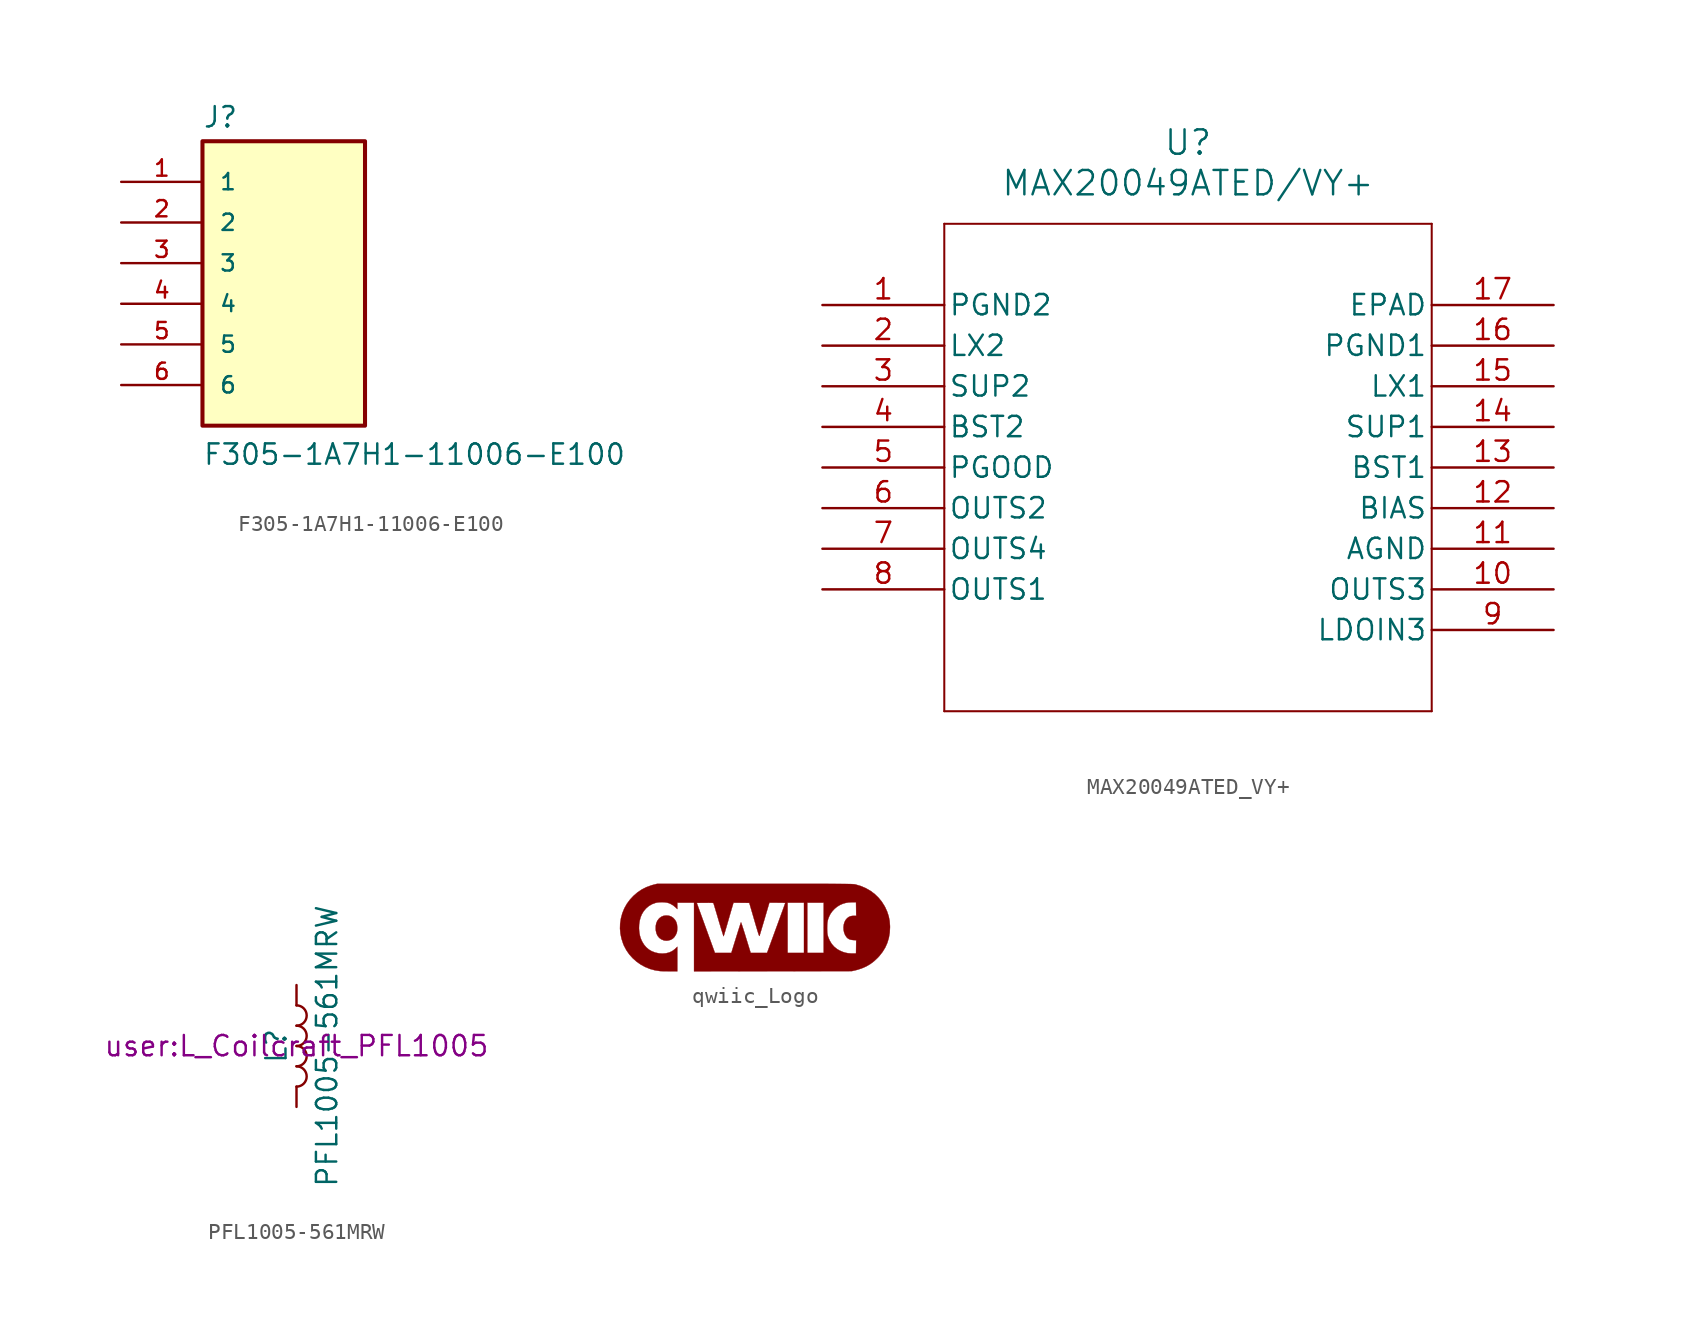
<source format=kicad_sym>
(kicad_symbol_lib
  (version 20231120)
  (generator "kicad_symbol_editor")
  (generator_version "8.0")
  (symbol "F305-1A7H1-11006-E100"
    (pin_names
      (offset 1.016))
    (property "Reference" "J"
      (at -5.08 8.382 0)
      (effects (font (size 1.27 1.27)) (justify left bottom)))
    (property "Value" "F305-1A7H1-11006-E100"
      (at -5.08 -12.7 0)
      (effects (font (size 1.27 1.27)) (justify left bottom)))
    (symbol "F305-1A7H1-11006-E100_0_0"
      (rectangle (start -5.08 -10.16) (end 5.08 7.62) (stroke (width 0.254) (type default)) (fill (type background)))
      (pin passive line (at -10.16 5.08 0) (length 5.08) (name "1" (effects (font (size 1.016 1.016)))) (number "1" (effects (font (size 1.016 1.016)))))
      (pin passive line (at -10.16 2.54 0) (length 5.08) (name "2" (effects (font (size 1.016 1.016)))) (number "2" (effects (font (size 1.016 1.016)))))
      (pin passive line (at -10.16 0 0) (length 5.08) (name "3" (effects (font (size 1.016 1.016)))) (number "3" (effects (font (size 1.016 1.016)))))
      (pin passive line (at -10.16 -2.54 0) (length 5.08) (name "4" (effects (font (size 1.016 1.016)))) (number "4" (effects (font (size 1.016 1.016)))))
      (pin passive line (at -10.16 -5.08 0) (length 5.08) (name "5" (effects (font (size 1.016 1.016)))) (number "5" (effects (font (size 1.016 1.016)))))
      (pin passive line (at -10.16 -7.62 0) (length 5.08) (name "6" (effects (font (size 1.016 1.016)))) (number "6" (effects (font (size 1.016 1.016)))))))
  (symbol "MAX20049ATED_VY+"
    (pin_names
      (offset 0.254))
    (property "Reference" "U"
      (at 22.86 10.16 0)
      (effects (font (size 1.524 1.524))))
    (property "Value" "MAX20049ATED/VY+"
      (at 22.86 7.62 0)
      (effects (font (size 1.524 1.524))))
    (symbol "MAX20049ATED_VY+_0_1"
      (polyline (pts (xy 7.62 -25.4) (xy 38.1 -25.4)) (stroke (width 0.127) (type default)) (fill (type none)))
      (polyline (pts (xy 7.62 5.08) (xy 7.62 -25.4)) (stroke (width 0.127) (type default)) (fill (type none)))
      (polyline (pts (xy 38.1 -25.4) (xy 38.1 5.08)) (stroke (width 0.127) (type default)) (fill (type none)))
      (polyline (pts (xy 38.1 5.08) (xy 7.62 5.08)) (stroke (width 0.127) (type default)) (fill (type none)))
      (pin power_in line (at 0 0 0) (length 7.62) (name "PGND2" (effects (font (size 1.27 1.27)))) (number "1" (effects (font (size 1.27 1.27)))))
      (pin output line (at 45.72 -17.78 180) (length 7.62) (name "OUTS3" (effects (font (size 1.27 1.27)))) (number "10" (effects (font (size 1.27 1.27)))))
      (pin power_in line (at 45.72 -15.24 180) (length 7.62) (name "AGND" (effects (font (size 1.27 1.27)))) (number "11" (effects (font (size 1.27 1.27)))))
      (pin output line (at 45.72 -12.7 180) (length 7.62) (name "BIAS" (effects (font (size 1.27 1.27)))) (number "12" (effects (font (size 1.27 1.27)))))
      (pin unspecified line (at 45.72 -10.16 180) (length 7.62) (name "BST1" (effects (font (size 1.27 1.27)))) (number "13" (effects (font (size 1.27 1.27)))))
      (pin input line (at 45.72 -7.62 180) (length 7.62) (name "SUP1" (effects (font (size 1.27 1.27)))) (number "14" (effects (font (size 1.27 1.27)))))
      (pin unspecified line (at 45.72 -5.08 180) (length 7.62) (name "LX1" (effects (font (size 1.27 1.27)))) (number "15" (effects (font (size 1.27 1.27)))))
      (pin power_in line (at 45.72 -2.54 180) (length 7.62) (name "PGND1" (effects (font (size 1.27 1.27)))) (number "16" (effects (font (size 1.27 1.27)))))
      (pin unspecified line (at 45.72 0 180) (length 7.62) (name "EPAD" (effects (font (size 1.27 1.27)))) (number "17" (effects (font (size 1.27 1.27)))))
      (pin unspecified line (at 0 -2.54 0) (length 7.62) (name "LX2" (effects (font (size 1.27 1.27)))) (number "2" (effects (font (size 1.27 1.27)))))
      (pin input line (at 0 -5.08 0) (length 7.62) (name "SUP2" (effects (font (size 1.27 1.27)))) (number "3" (effects (font (size 1.27 1.27)))))
      (pin unspecified line (at 0 -7.62 0) (length 7.62) (name "BST2" (effects (font (size 1.27 1.27)))) (number "4" (effects (font (size 1.27 1.27)))))
      (pin unspecified line (at 0 -10.16 0) (length 7.62) (name "PGOOD" (effects (font (size 1.27 1.27)))) (number "5" (effects (font (size 1.27 1.27)))))
      (pin output line (at 0 -12.7 0) (length 7.62) (name "OUTS2" (effects (font (size 1.27 1.27)))) (number "6" (effects (font (size 1.27 1.27)))))
      (pin output line (at 0 -15.24 0) (length 7.62) (name "OUTS4" (effects (font (size 1.27 1.27)))) (number "7" (effects (font (size 1.27 1.27)))))
      (pin output line (at 0 -17.78 0) (length 7.62) (name "OUTS1" (effects (font (size 1.27 1.27)))) (number "8" (effects (font (size 1.27 1.27)))))
      (pin input line (at 45.72 -20.32 180) (length 7.62) (name "LDOIN3" (effects (font (size 1.27 1.27)))) (number "9" (effects (font (size 1.27 1.27)))))))
  (symbol "PFL1005-561MRW"
    (pin_numbers hide)
    (pin_names
      (offset 1.016) hide)
    (property "Reference" "L"
      (at -1.27 0 90)
      (effects (font (size 1.27 1.27))))
    (property "Value" "PFL1005-561MRW"
      (at 1.905 0 90)
      (effects (font (size 1.27 1.27))))
    (property "Footprint" "user:L_Coilcraft_PFL1005"
      (at 0 0 0)
      (effects (font (size 1.27 1.27))))
    (symbol "PFL1005-561MRW_0_1"
      (arc (start 0 -2.54) (mid 0.6323 -1.905) (end 0 -1.27) (stroke (width 0) (type default)) (fill (type none)))
      (arc (start 0 -1.27) (mid 0.6323 -0.635) (end 0 0) (stroke (width 0) (type default)) (fill (type none)))
      (arc (start 0 0) (mid 0.6323 0.635) (end 0 1.27) (stroke (width 0) (type default)) (fill (type none)))
      (arc (start 0 1.27) (mid 0.6323 1.905) (end 0 2.54) (stroke (width 0) (type default)) (fill (type none))))
    (symbol "PFL1005-561MRW_1_1"
      (pin passive line (at 0 3.81 270) (length 1.27) (name "1" (effects (font (size 1.27 1.27)))) (number "1" (effects (font (size 1.27 1.27)))))
      (pin passive line (at 0 -3.81 90) (length 1.27) (name "2" (effects (font (size 1.27 1.27)))) (number "2" (effects (font (size 1.27 1.27)))))))
  (symbol "qwiic_Logo"
    (pin_names
      (offset 1.016))
    (property "Reference" "G"
      (at 0 3.81 0)
      (effects (font (size 1.27 1.27)) (hide yes)))
    (symbol "qwiic_Logo_0_0"
      (polyline (pts (xy -5.433 -0.845) (xy -5.281 -0.804) (xy -5.154 -0.733) (xy -5.049 -0.629) (xy -4.961 -0.489) (xy -4.939 -0.444) (xy -4.908 -0.373) (xy -4.889 -0.31) (xy -4.878 -0.236) (xy -4.871 -0.138) (xy -4.869 -0.027) (xy -4.886 0.154) (xy -4.931 0.309) (xy -5.006 0.443) (xy -5.112 0.56) (xy -5.143 0.586) (xy -5.261 0.662) (xy -5.391 0.705) (xy -5.544 0.719) (xy -5.577 0.718) (xy -5.726 0.699) (xy -5.854 0.648) (xy -5.971 0.565) (xy -6.024 0.512) (xy -6.119 0.384) (xy -6.181 0.236) (xy -6.214 0.065) (xy -6.217 -0.133) (xy -6.208 -0.23) (xy -6.167 -0.407) (xy -6.096 -0.557) (xy -5.996 -0.679) (xy -5.867 -0.772) (xy -5.71 -0.836) (xy -5.684 -0.842) (xy -5.596 -0.853) (xy -5.511 -0.854) (xy -5.433 -0.845)) (stroke (width 0.01) (type default)) (fill (type outline)))
      (polyline (pts (xy 1.114 -2.767) (xy 6.047 -2.761) (xy 6.246 -2.715) (xy 6.337 -2.693) (xy 6.651 -2.596) (xy 6.936 -2.474) (xy 7.199 -2.322) (xy 7.444 -2.138) (xy 7.676 -1.92) (xy 7.765 -1.824) (xy 7.973 -1.56) (xy 8.142 -1.284) (xy 8.272 -0.992) (xy 8.365 -0.685) (xy 8.421 -0.361) (xy 8.439 -0.02) (xy 8.438 0.066) (xy 8.415 0.375) (xy 8.358 0.668) (xy 8.266 0.951) (xy 8.138 1.234) (xy 8.097 1.31) (xy 7.918 1.593) (xy 7.708 1.847) (xy 7.471 2.073) (xy 7.207 2.268) (xy 6.919 2.432) (xy 6.607 2.564) (xy 6.273 2.662) (xy 6.259 2.665) (xy 6.24 2.668) (xy 6.219 2.672) (xy 6.193 2.675) (xy 6.162 2.678) (xy 6.123 2.68) (xy 6.075 2.683) (xy 6.018 2.685) (xy 5.949 2.687) (xy 5.867 2.689) (xy 5.771 2.69) (xy 5.659 2.692) (xy 5.53 2.693) (xy 5.382 2.694) (xy 5.215 2.695) (xy 5.026 2.696) (xy 4.815 2.697) (xy 4.579 2.698) (xy 4.318 2.698) (xy 4.03 2.699) (xy 3.713 2.699) (xy 3.367 2.699) (xy 2.989 2.7) (xy 2.579 2.7) (xy 2.135 2.7) (xy 1.655 2.7) (xy 1.139 2.7) (xy 0.584 2.7) (xy -0.01 2.7) (xy -6.129 2.7) (xy -6.351 2.644) (xy -6.484 2.607) (xy -6.796 2.494) (xy -7.085 2.348) (xy -7.352 2.169) (xy -7.602 1.954) (xy -7.823 1.718) (xy -8.02 1.452) (xy -8.18 1.168) (xy -8.304 0.865) (xy -8.391 0.544) (xy -8.442 0.203) (xy -8.451 -0.1) (xy -8.423 -0.412) (xy -8.358 -0.727) (xy -8.257 -1.037) (xy -8.202 -1.17) (xy -8.052 -1.452) (xy -7.87 -1.713) (xy -7.658 -1.95) (xy -7.42 -2.163) (xy -7.159 -2.347) (xy -6.878 -2.501) (xy -6.58 -2.622) (xy -6.267 -2.708) (xy -5.944 -2.758) (xy -5.922 -2.759) (xy -5.857 -2.761) (xy -5.761 -2.764) (xy -5.643 -2.766) (xy -5.508 -2.767) (xy -5.364 -2.769) (xy -4.866 -2.772) (xy -4.866 -2.004) (xy -4.866 -1.236) (xy -4.988 -1.355) (xy -5.014 -1.38) (xy -5.178 -1.503) (xy -5.364 -1.592) (xy -5.571 -1.645) (xy -5.796 -1.663) (xy -6.009 -1.65) (xy -6.244 -1.601) (xy -6.468 -1.515) (xy -6.642 -1.412) (xy -6.81 -1.27) (xy -6.955 -1.098) (xy -7.071 -0.903) (xy -7.116 -0.807) (xy -7.166 -0.68) (xy -7.203 -0.555) (xy -7.231 -0.417) (xy -7.253 -0.252) (xy -7.264 -0.077) (xy -7.256 0.155) (xy -7.223 0.385) (xy -7.167 0.6) (xy -7.09 0.79) (xy -6.974 0.984) (xy -6.822 1.164) (xy -6.645 1.313) (xy -6.444 1.43) (xy -6.22 1.512) (xy -6.217 1.513) (xy -6.099 1.535) (xy -5.959 1.548) (xy -5.808 1.551) (xy -5.66 1.544) (xy -5.527 1.527) (xy -5.421 1.501) (xy -5.312 1.458) (xy -5.135 1.358) (xy -4.974 1.226) (xy -4.866 1.121) (xy -4.866 1.32) (xy -4.866 1.52) (xy -4.343 1.52) (xy -3.819 1.52) (xy -3.819 1.509) (xy -3.651 1.509) (xy -3.136 1.515) (xy -3.073 1.515) (xy -2.905 1.516) (xy -2.776 1.514) (xy -2.685 1.511) (xy -2.629 1.505) (xy -2.607 1.498) (xy -2.605 1.493) (xy -2.592 1.454) (xy -2.57 1.382) (xy -2.538 1.279) (xy -2.499 1.15) (xy -2.454 0.997) (xy -2.402 0.826) (xy -2.347 0.639) (xy -2.288 0.44) (xy -2.263 0.353) (xy -2.205 0.161) (xy -2.152 -0.017) (xy -2.103 -0.177) (xy -2.06 -0.315) (xy -2.025 -0.428) (xy -1.997 -0.512) (xy -1.978 -0.564) (xy -1.97 -0.58) (xy -1.965 -0.568) (xy -1.95 -0.52) (xy -1.925 -0.44) (xy -1.892 -0.331) (xy -1.853 -0.198) (xy -1.808 -0.044) (xy -1.758 0.126) (xy -1.706 0.308) (xy -1.675 0.414) (xy -1.622 0.6) (xy -1.571 0.777) (xy -1.523 0.941) (xy -1.482 1.084) (xy -1.447 1.204) (xy -1.42 1.294) (xy -1.404 1.35) (xy -1.353 1.52) (xy -0.857 1.515) (xy -0.362 1.509) (xy -0.263 1.17) (xy -0.246 1.11) (xy -0.159 0.813) (xy -0.083 0.552) (xy -0.017 0.325) (xy 0.04 0.13) (xy 0.089 -0.034) (xy 0.13 -0.172) (xy 0.164 -0.284) (xy 0.192 -0.373) (xy 0.214 -0.442) (xy 0.232 -0.492) (xy 0.245 -0.527) (xy 0.256 -0.548) (xy 0.263 -0.558) (xy 0.269 -0.559) (xy 0.274 -0.553) (xy 0.279 -0.543) (xy 0.28 -0.539) (xy 0.293 -0.499) (xy 0.316 -0.425) (xy 0.347 -0.321) (xy 0.387 -0.19) (xy 0.432 -0.037) (xy 0.483 0.135) (xy 0.539 0.322) (xy 0.597 0.518) (xy 0.891 1.52) (xy 1.39 1.52) (xy 1.492 1.519) (xy 1.62 1.518) (xy 1.729 1.516) (xy 1.814 1.513) (xy 1.869 1.51) (xy 1.889 1.506) (xy 1.888 1.502) (xy 1.875 1.465) (xy 1.85 1.394) (xy 1.813 1.291) (xy 1.766 1.16) (xy 1.709 1.003) (xy 1.643 0.824) (xy 1.571 0.624) (xy 1.492 0.408) (xy 1.408 0.177) (xy 1.319 -0.065) (xy 0.75 -1.622) (xy 2.033 -1.622) (xy 2.033 -0.051) (xy 2.033 1.52) (xy 2.546 1.52) (xy 3.059 1.52) (xy 3.059 -0.051) (xy 3.059 -1.622) (xy 3.265 -1.622) (xy 3.265 -0.051) (xy 3.265 1.52) (xy 3.778 1.52) (xy 4.292 1.52) (xy 4.292 -0.051) (xy 4.292 -0.062) (xy 4.507 -0.062) (xy 4.51 0.109) (xy 4.521 0.26) (xy 4.541 0.39) (xy 4.574 0.512) (xy 4.622 0.634) (xy 4.686 0.769) (xy 4.719 0.827) (xy 4.833 0.988) (xy 4.974 1.139) (xy 5.133 1.27) (xy 5.298 1.371) (xy 5.334 1.389) (xy 5.505 1.461) (xy 5.674 1.509) (xy 5.853 1.537) (xy 6.057 1.547) (xy 6.314 1.55) (xy 6.32 1.124) (xy 6.325 0.698) (xy 6.166 0.698) (xy 6.076 0.694) (xy 5.958 0.671) (xy 5.855 0.624) (xy 5.756 0.547) (xy 5.661 0.436) (xy 5.592 0.299) (xy 5.548 0.144) (xy 5.53 -0.02) (xy 5.538 -0.188) (xy 5.572 -0.351) (xy 5.633 -0.502) (xy 5.72 -0.634) (xy 5.781 -0.697) (xy 5.879 -0.761) (xy 5.997 -0.8) (xy 6.144 -0.818) (xy 6.325 -0.826) (xy 6.32 -1.24) (xy 6.314 -1.653) (xy 6.119 -1.656) (xy 6.024 -1.656) (xy 5.821 -1.642) (xy 5.636 -1.607) (xy 5.457 -1.548) (xy 5.268 -1.462) (xy 5.127 -1.378) (xy 4.946 -1.233) (xy 4.794 -1.059) (xy 4.673 -0.859) (xy 4.642 -0.795) (xy 4.592 -0.68) (xy 4.556 -0.577) (xy 4.531 -0.473) (xy 4.516 -0.36) (xy 4.509 -0.226) (xy 4.507 -0.062) (xy 4.292 -0.062) (xy 4.292 -1.622) (xy 3.778 -1.622) (xy 3.265 -1.622) (xy 3.059 -1.622) (xy 2.546 -1.622) (xy 2.033 -1.622) (xy 0.75 -1.622) (xy 0.236 -1.622) (xy -0.277 -1.622) (xy -0.574 -0.657) (xy -0.583 -0.626) (xy -0.641 -0.438) (xy -0.696 -0.263) (xy -0.746 -0.106) (xy -0.79 0.03) (xy -0.827 0.142) (xy -0.856 0.226) (xy -0.875 0.277) (xy -0.884 0.293) (xy -0.884 0.293) (xy -0.893 0.268) (xy -0.913 0.208) (xy -0.943 0.117) (xy -0.981 -0.002) (xy -1.026 -0.144) (xy -1.077 -0.305) (xy -1.133 -0.483) (xy -1.192 -0.672) (xy -1.486 -1.622) (xy -2.001 -1.622) (xy -2.515 -1.621) (xy -3.083 -0.056) (xy -3.651 1.509) (xy -3.819 1.509) (xy -3.819 -0.627) (xy -3.819 -2.773) (xy 1.114 -2.767)) (stroke (width 0.01) (type default)) (fill (type outline))))))
</source>
